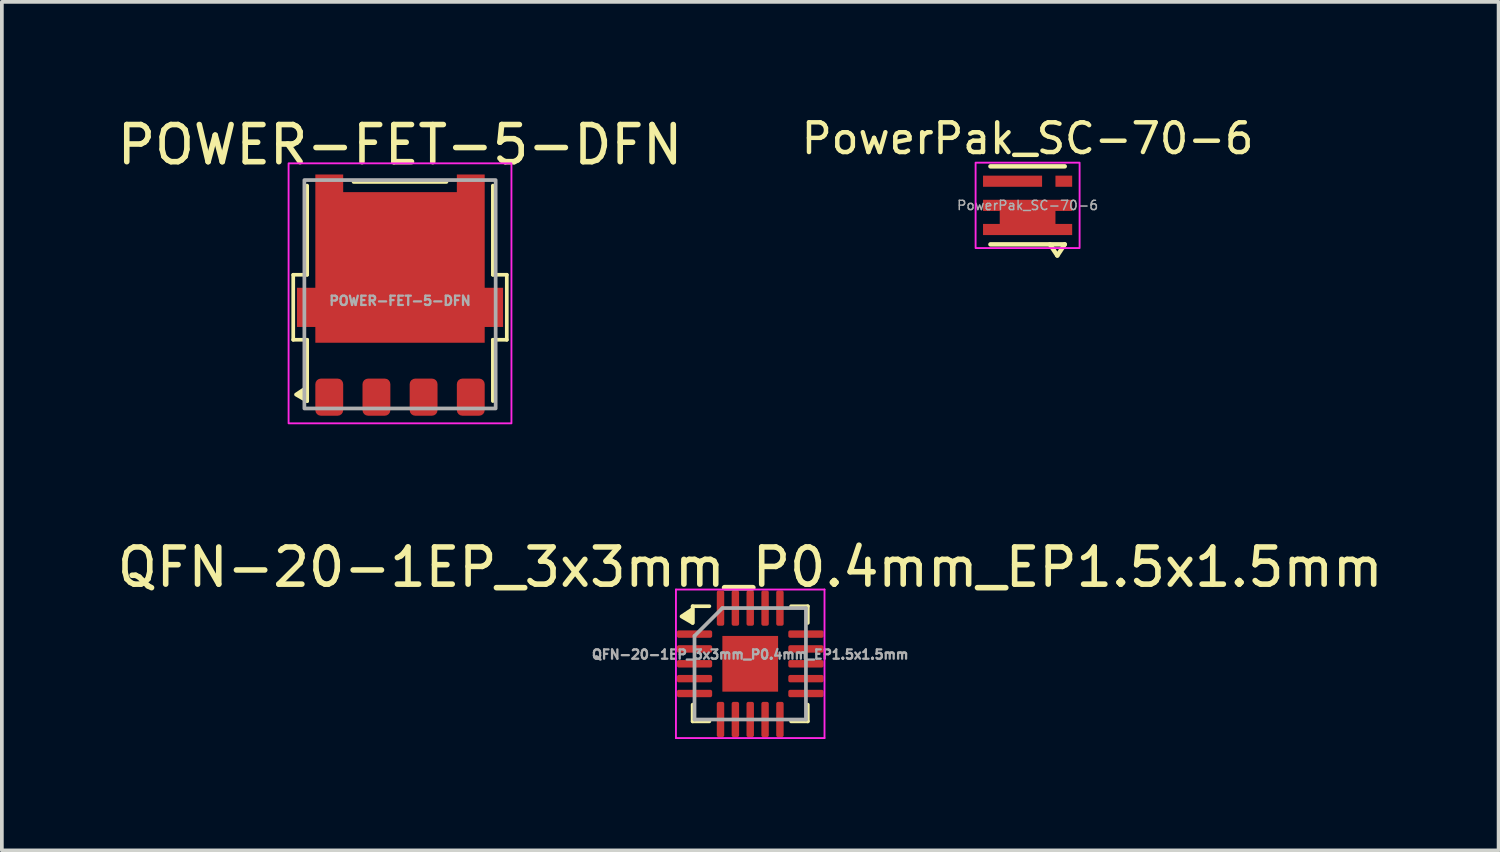
<source format=kicad_pcb>
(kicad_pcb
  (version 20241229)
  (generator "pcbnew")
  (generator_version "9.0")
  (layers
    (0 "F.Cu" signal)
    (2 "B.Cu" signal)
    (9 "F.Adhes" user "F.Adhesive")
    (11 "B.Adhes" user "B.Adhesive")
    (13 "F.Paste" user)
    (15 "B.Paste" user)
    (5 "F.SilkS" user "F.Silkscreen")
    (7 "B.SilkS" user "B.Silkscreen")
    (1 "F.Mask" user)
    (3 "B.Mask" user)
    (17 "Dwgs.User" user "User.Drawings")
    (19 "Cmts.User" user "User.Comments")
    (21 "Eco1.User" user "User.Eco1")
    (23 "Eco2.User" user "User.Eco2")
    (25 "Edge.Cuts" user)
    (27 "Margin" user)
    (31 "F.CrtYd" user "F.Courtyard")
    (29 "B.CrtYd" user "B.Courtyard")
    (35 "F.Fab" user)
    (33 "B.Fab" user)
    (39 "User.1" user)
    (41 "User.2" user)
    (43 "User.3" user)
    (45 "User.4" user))
  (footprint "QFN-20-1EP_3x3mm_P0.4mm_EP1.5x1.5mm"
    (layer "F.Cu")
    (at 17.149 14.822)
    (property "Reference" "QFN-20-1EP_3x3mm_P0.4mm_EP1.5x1.5mm" (at 0 -2.6 0) (layer "F.SilkS") (effects (font (size 1 1) (thickness 0.15))))
    (attr smd)
    (fp_line (start -1.55 -1.55) (end -1.1 -1.55) (stroke (width 0.1) (type solid)) (layer "F.SilkS"))
    (fp_line (start -1.55 -1.1) (end -1.55 -1.55) (stroke (width 0.1) (type solid)) (layer "F.SilkS"))
    (fp_line (start -1.55 1.55) (end -1.55 1.1) (stroke (width 0.1) (type solid)) (layer "F.SilkS"))
    (fp_line (start -1.1 1.55) (end -1.55 1.55) (stroke (width 0.1) (type solid)) (layer "F.SilkS"))
    (fp_line (start 1.1 -1.55) (end 1.55 -1.55) (stroke (width 0.1) (type solid)) (layer "F.SilkS"))
    (fp_line (start 1.1 1.55) (end 1.55 1.55) (stroke (width 0.1) (type solid)) (layer "F.SilkS"))
    (fp_line (start 1.55 -1.55) (end 1.55 -1.1) (stroke (width 0.1) (type solid)) (layer "F.SilkS"))
    (fp_line (start 1.55 1.55) (end 1.55 1.1) (stroke (width 0.1) (type solid)) (layer "F.SilkS"))
    (fp_poly (pts (xy -1.55 -1.1) (xy -1.85 -1.275) (xy -1.55 -1.475)) (stroke (width 0.1) (type solid)) (fill yes) (layer "F.SilkS"))
    (fp_line (start -2 -2) (end -2 2) (stroke (width 0.05) (type solid)) (layer "F.CrtYd"))
    (fp_line (start -2 2) (end 2 2) (stroke (width 0.05) (type solid)) (layer "F.CrtYd"))
    (fp_line (start 2 -2) (end -2 -2) (stroke (width 0.05) (type solid)) (layer "F.CrtYd"))
    (fp_line (start 2 2) (end 2 -2) (stroke (width 0.05) (type solid)) (layer "F.CrtYd"))
    (fp_line (start -1.5 -0.75) (end -0.75 -1.5) (stroke (width 0.1) (type solid)) (layer "F.Fab"))
    (fp_line (start -1.5 1.5) (end -1.5 -0.75) (stroke (width 0.1) (type solid)) (layer "F.Fab"))
    (fp_line (start -0.75 -1.5) (end 1.5 -1.5) (stroke (width 0.1) (type solid)) (layer "F.Fab"))
    (fp_line (start 1.5 -1.5) (end 1.5 1.5) (stroke (width 0.1) (type solid)) (layer "F.Fab"))
    (fp_line (start 1.5 1.5) (end -1.5 1.5) (stroke (width 0.1) (type solid)) (layer "F.Fab"))
    (fp_text user "${REFERENCE}" (at 0 -0.25 0) (layer "F.Fab") (effects (font (size 0.25 0.25) (thickness 0.062))))
    (pad "" smd roundrect (at -0.41 -0.41) (size 0.67 0.67) (layers "F.Paste") (roundrect_rratio 0.25))
    (pad "" smd roundrect (at -0.41 0.41) (size 0.67 0.67) (layers "F.Paste") (roundrect_rratio 0.25))
    (pad "" smd roundrect (at 0.41 -0.41) (size 0.67 0.67) (layers "F.Paste") (roundrect_rratio 0.25))
    (pad "" smd roundrect (at 0.41 0.41) (size 0.67 0.67) (layers "F.Paste") (roundrect_rratio 0.25))
    (pad "1" smd roundrect (at -1.5 -0.8) (size 0.95 0.2) (layers "F.Cu" "F.Mask" "F.Paste") (roundrect_rratio 0.25))
    (pad "2" smd roundrect (at -1.5 -0.4) (size 0.95 0.2) (layers "F.Cu" "F.Mask" "F.Paste") (roundrect_rratio 0.25))
    (pad "3" smd roundrect (at -1.5 0) (size 0.95 0.2) (layers "F.Cu" "F.Mask" "F.Paste") (roundrect_rratio 0.25))
    (pad "4" smd roundrect (at -1.5 0.4) (size 0.95 0.2) (layers "F.Cu" "F.Mask" "F.Paste") (roundrect_rratio 0.25))
    (pad "5" smd roundrect (at -1.5 0.8) (size 0.95 0.2) (layers "F.Cu" "F.Mask" "F.Paste") (roundrect_rratio 0.25))
    (pad "6" smd roundrect (at -0.8 1.5) (size 0.2 0.95) (layers "F.Cu" "F.Mask" "F.Paste") (roundrect_rratio 0.25))
    (pad "7" smd roundrect (at -0.4 1.5) (size 0.2 0.95) (layers "F.Cu" "F.Mask" "F.Paste") (roundrect_rratio 0.25))
    (pad "8" smd roundrect (at 0 1.5) (size 0.2 0.95) (layers "F.Cu" "F.Mask" "F.Paste") (roundrect_rratio 0.25))
    (pad "9" smd roundrect (at 0.4 1.5) (size 0.2 0.95) (layers "F.Cu" "F.Mask" "F.Paste") (roundrect_rratio 0.25))
    (pad "10" smd roundrect (at 0.8 1.5) (size 0.2 0.95) (layers "F.Cu" "F.Mask" "F.Paste") (roundrect_rratio 0.25))
    (pad "11" smd roundrect (at 1.5 0.8) (size 0.95 0.2) (layers "F.Cu" "F.Mask" "F.Paste") (roundrect_rratio 0.25))
    (pad "12" smd roundrect (at 1.5 0.4) (size 0.95 0.2) (layers "F.Cu" "F.Mask" "F.Paste") (roundrect_rratio 0.25))
    (pad "13" smd roundrect (at 1.5 0) (size 0.95 0.2) (layers "F.Cu" "F.Mask" "F.Paste") (roundrect_rratio 0.25))
    (pad "14" smd roundrect (at 1.5 -0.4) (size 0.95 0.2) (layers "F.Cu" "F.Mask" "F.Paste") (roundrect_rratio 0.25))
    (pad "15" smd roundrect (at 1.5 -0.8) (size 0.95 0.2) (layers "F.Cu" "F.Mask" "F.Paste") (roundrect_rratio 0.25))
    (pad "16" smd roundrect (at 0.8 -1.5) (size 0.2 0.95) (layers "F.Cu" "F.Mask" "F.Paste") (roundrect_rratio 0.25))
    (pad "17" smd roundrect (at 0.4 -1.5) (size 0.2 0.95) (layers "F.Cu" "F.Mask" "F.Paste") (roundrect_rratio 0.25))
    (pad "18" smd roundrect (at 0 -1.5) (size 0.2 0.95) (layers "F.Cu" "F.Mask" "F.Paste") (roundrect_rratio 0.25))
    (pad "19" smd roundrect (at -0.4 -1.5) (size 0.2 0.95) (layers "F.Cu" "F.Mask" "F.Paste") (roundrect_rratio 0.25))
    (pad "20" smd roundrect (at -0.8 -1.5) (size 0.2 0.95) (layers "F.Cu" "F.Mask" "F.Paste") (roundrect_rratio 0.25))
    (pad "21" smd rect (at 0 0) (size 1.5 1.5) (layers "F.Cu" "F.Mask")))
  (footprint "PowerPak_SC-70-6"
    (layer "F.Cu")
    (at 24.617 2.479)
    (property "Reference" "PowerPak_SC-70-6" (at 0 -1.8 0) (unlocked yes) (layer "F.SilkS") (effects (font (size 0.8 0.8) (thickness 0.12))))
    (attr smd)
    (fp_poly (pts (xy -1.2 -0.8) (xy -0.75 -0.8) (xy -0.75 -0.5) (xy -1.2 -0.5)) (stroke (width 0) (type solid)) (fill yes) (layer "F.Mask"))
    (fp_poly (pts (xy -0.485 -0.767) (xy 0.385 -0.767) (xy 0.385 -0.532) (xy -0.485 -0.532)) (stroke (width 0) (type solid)) (fill yes) (layer "F.Mask"))
    (fp_line (start -1 -1.05) (end 1 -1.05) (stroke (width 0.12) (type default)) (layer "F.SilkS"))
    (fp_line (start -1 1.05) (end 1 1.05) (stroke (width 0.12) (type default)) (layer "F.SilkS"))
    (fp_line (start 0.8 1.35) (end 0.6 1.05) (stroke (width 0.12) (type default)) (layer "F.SilkS"))
    (fp_line (start 1 1.05) (end 0.8 1.35) (stroke (width 0.12) (type default)) (layer "F.SilkS"))
    (fp_poly (pts (xy -1.2 -0.8) (xy -0.75 -0.8) (xy -0.75 -0.5) (xy -1.2 -0.5)) (stroke (width 0) (type solid)) (fill yes) (layer "F.Paste"))
    (fp_poly (pts (xy -1.2 -0.15) (xy -1.2 0.15) (xy -0.75 0.15) (xy -0.75 -0.15)) (stroke (width 0) (type solid)) (fill yes) (layer "F.Paste"))
    (fp_poly (pts (xy -1.2 0.5) (xy -1.2 0.8) (xy -0.75 0.8) (xy -0.75 0.5)) (stroke (width 0) (type solid)) (fill yes) (layer "F.Paste"))
    (fp_poly (pts (xy -0.485 -0.767) (xy 0.385 -0.767) (xy 0.385 -0.532) (xy -0.485 -0.532)) (stroke (width 0) (type solid)) (fill yes) (layer "F.Paste"))
    (fp_poly (pts (xy -0.4 -0.01) (xy -0.4 0.66) (xy 0.4 0.66) (xy 0.4 -0.01)) (stroke (width 0) (type solid)) (fill yes) (layer "F.Paste"))
    (fp_poly (pts (xy 0.75 -0.15) (xy 0.75 0.15) (xy 1.2 0.15) (xy 1.2 -0.15)) (stroke (width 0) (type solid)) (fill yes) (layer "F.Paste"))
    (fp_poly (pts (xy 0.75 0.5) (xy 0.75 0.8) (xy 1.2 0.8) (xy 1.2 0.5)) (stroke (width 0) (type solid)) (fill yes) (layer "F.Paste"))
    (fp_rect (start -1.4 -1.15) (end 1.4 1.15) (stroke (width 0.05) (type default)) (fill no) (layer "F.CrtYd"))
    (fp_text user "${REFERENCE}" (at 0 0 0) (unlocked yes) (layer "F.Fab") (effects (font (size 0.25 0.25) (thickness 0.04))))
    (pad "1" smd rect (at 0.975 -0.65) (size 0.45 0.3) (layers "F.Cu" "F.Mask" "F.Paste"))
    (pad "2" smd custom (at -0.95 -0.65) (size 0.4 0.3) (layers "F.Cu") (options (anchor rect)) (primitives (gr_poly (pts (xy -0.25 -0.15) (xy 1.34 -0.15) (xy 1.34 0.15) (xy -0.25 0.15)) (width 0) (fill yes))))
    (pad "3" smd custom (at -0.925 0) (size 0.35 0.3) (layers "F.Cu" "F.Mask") (options (anchor rect)) (primitives (gr_poly (pts (xy 2.125 -0.15) (xy 2.125 0.15) (xy 1.675 0.15) (xy 1.675 0.5) (xy 2.125 0.5) (xy 2.125 0.8) (xy -0.275 0.8) (xy -0.275 0.5) (xy 0.175 0.5) (xy 0.175 0.15) (xy -0.275 0.15) (xy -0.275 -0.15)) (width 0) (fill yes))))
    (zone (net_name "") (layer "F.Paste") (hatch edge 0.5) (connect_pads) (min_thickness 0.25) (filled_areas_thickness no) (keepout (tracks allowed) (vias allowed) (pads allowed) (copperpour allowed) (footprints allowed)) (placement (enabled no)) (fill) (polygon (pts (xy 23.467 1.679) (xy 23.867 1.679) (xy 23.867 1.979) (xy 23.467 1.979)))))
  (footprint "POWER-FET-5-DFN"
    (layer "F.Cu")
    (at 7.72 6.348)
    (property "Reference" "POWER-FET-5-DFN" (at 0 -5.5 0) (unlocked yes) (layer "F.SilkS") (effects (font (size 1 1) (thickness 0.15))))
    (attr smd)
    (fp_line (start -2.875 -2) (end -2.875 -0.25) (stroke (width 0.1) (type solid)) (layer "F.SilkS"))
    (fp_line (start -2.875 -0.25) (end -2.5 -0.25) (stroke (width 0.1) (type solid)) (layer "F.SilkS"))
    (fp_line (start -2.5 -4.4) (end -2.5 -2) (stroke (width 0.1) (type solid)) (layer "F.SilkS"))
    (fp_line (start -2.5 -2) (end -2.875 -2) (stroke (width 0.1) (type solid)) (layer "F.SilkS"))
    (fp_line (start -2.5 -0.25) (end -2.5 1.4) (stroke (width 0.1) (type solid)) (layer "F.SilkS"))
    (fp_line (start -1.25 -4.5) (end 1.25 -4.5) (stroke (width 0.1) (type solid)) (layer "F.SilkS"))
    (fp_line (start 2.5 -4.4) (end 2.5 -2) (stroke (width 0.1) (type solid)) (layer "F.SilkS"))
    (fp_line (start 2.5 -2) (end 2.875 -2) (stroke (width 0.1) (type solid)) (layer "F.SilkS"))
    (fp_line (start 2.5 -0.25) (end 2.5 1.4) (stroke (width 0.1) (type solid)) (layer "F.SilkS"))
    (fp_line (start 2.875 -2) (end 2.875 -0.25) (stroke (width 0.1) (type solid)) (layer "F.SilkS"))
    (fp_line (start 2.875 -0.25) (end 2.5 -0.25) (stroke (width 0.1) (type solid)) (layer "F.SilkS"))
    (fp_poly (pts (xy -2.5 1.4) (xy -2.8 1.225) (xy -2.5 1.025)) (stroke (width 0.1) (type solid)) (fill yes) (layer "F.SilkS"))
    (fp_rect (start -1.5 -4) (end 1.5 -0.5) (stroke (width 0) (type solid)) (fill yes) (layer "F.Paste"))
    (fp_rect (start -3 -5) (end 3 2) (stroke (width 0.05) (type default)) (fill no) (layer "F.CrtYd"))
    (fp_rect (start -2.575 -4.55) (end 2.575 1.6) (stroke (width 0.1) (type default)) (fill no) (layer "F.Fab"))
    (fp_text user "${REFERENCE}" (at 0 -1.3 0) (unlocked yes) (layer "F.Fab") (effects (font (size 0.25 0.25) (thickness 0.062))))
    (pad "1" smd roundrect (at -1.905 1.295) (size 0.75 1) (layers "F.Cu" "F.Mask" "F.Paste") (roundrect_rratio 0.2))
    (pad "2" smd roundrect (at -0.635 1.295) (size 0.75 1) (layers "F.Cu" "F.Mask" "F.Paste") (roundrect_rratio 0.2))
    (pad "3" smd roundrect (at 0.635 1.295) (size 0.75 1) (layers "F.Cu" "F.Mask" "F.Paste") (roundrect_rratio 0.2))
    (pad "4" smd roundrect (at 1.905 1.295) (size 0.75 1) (layers "F.Cu" "F.Mask" "F.Paste") (roundrect_rratio 0.2))
    (pad "5" smd custom (at 0 -1.5) (size 3 2) (layers "F.Cu" "F.Mask") (options (anchor rect)) (primitives (gr_poly (pts (xy -2.28 -2.265) (xy -1.53 -2.265) (xy -1.53 -1.79) (xy -2.28 -1.79)) (width 0) (fill yes)) (gr_poly (pts (xy 1.53 -2.265) (xy 2.28 -2.265) (xy 2.28 -1.79) (xy 1.53 -1.79)) (width 0) (fill yes)) (gr_poly (pts (xy -2.28 -3.2) (xy -1.53 -3.2) (xy -1.53 -2.725) (xy 1.53 -2.725) (xy 1.53 -3.2) (xy 2.28 -3.2) (xy 2.28 -0.15) (xy 2.775 -0.15) (xy 2.775 0.905) (xy 2.28 0.905) (xy 2.28 1.33) (xy -2.28 1.33) (xy -2.28 0.905) (xy -2.775 0.905) (xy -2.775 -0.15) (xy -2.28 -0.15)) (width 0) (fill yes)))))
  (gr_rect
    (start -3 -3)
    (end 37.298 19.846)
    (stroke (width 0.1) (type default))
    (fill no)
    (layer "Edge.Cuts")))
</source>
